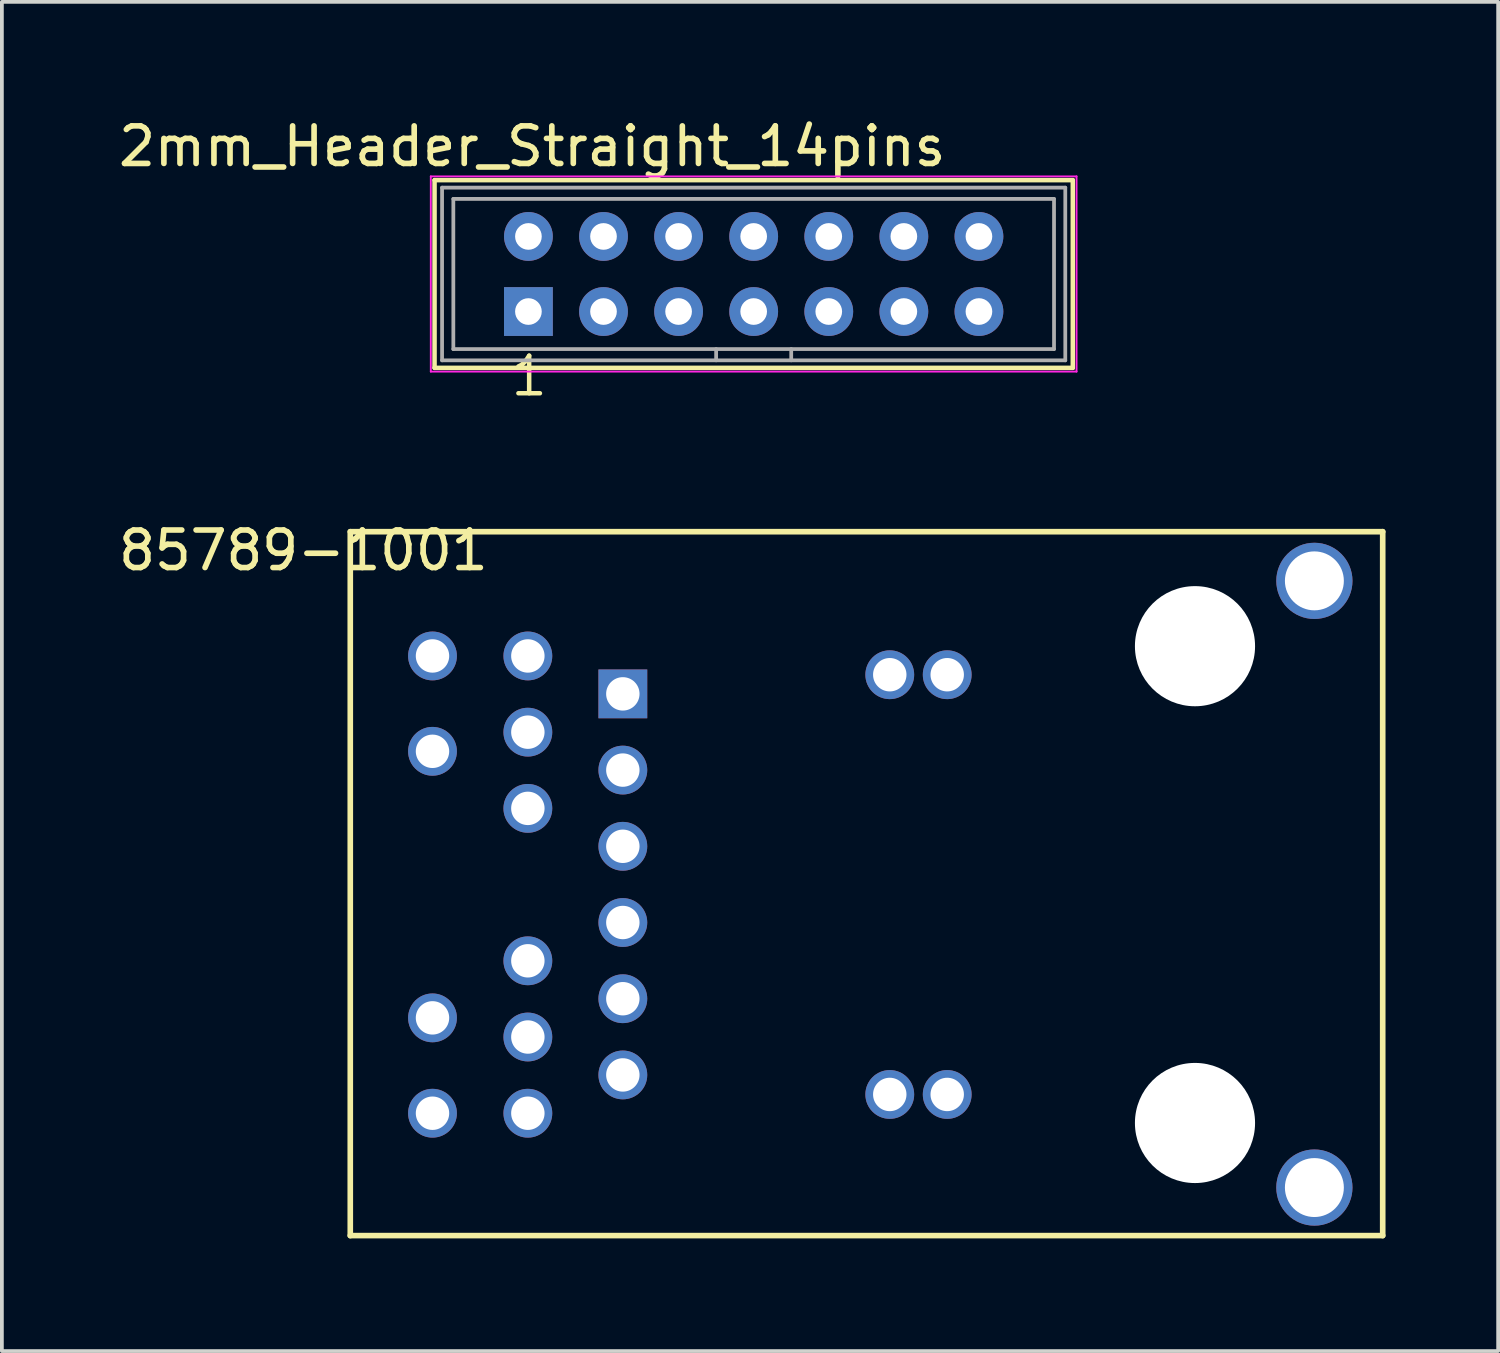
<source format=kicad_pcb>
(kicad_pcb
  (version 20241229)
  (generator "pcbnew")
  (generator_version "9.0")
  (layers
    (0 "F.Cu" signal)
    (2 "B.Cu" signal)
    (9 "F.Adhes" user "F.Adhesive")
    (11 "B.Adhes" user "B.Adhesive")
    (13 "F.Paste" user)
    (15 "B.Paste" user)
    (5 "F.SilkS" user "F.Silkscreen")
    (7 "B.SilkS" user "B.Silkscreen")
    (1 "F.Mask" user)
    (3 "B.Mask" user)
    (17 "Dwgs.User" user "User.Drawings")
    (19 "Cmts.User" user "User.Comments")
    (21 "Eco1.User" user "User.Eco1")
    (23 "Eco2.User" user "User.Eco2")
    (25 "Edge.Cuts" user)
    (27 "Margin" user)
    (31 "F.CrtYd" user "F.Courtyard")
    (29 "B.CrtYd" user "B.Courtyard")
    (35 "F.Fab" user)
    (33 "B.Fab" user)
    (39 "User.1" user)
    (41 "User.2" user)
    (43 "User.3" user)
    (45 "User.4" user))
  (footprint "2mm_Header_Straight_14pins"
    (layer "F.Cu")
    (at 11.025 5.248)
    (property "Reference" "2mm_Header_Straight_14pins" (at 0.1 -4.4 0) (layer "F.SilkS") (effects (font (size 1 1) (thickness 0.15))))
    (attr through_hole)
    (fp_line (start -2.5 -3.5) (end -2.5 1.5) (stroke (width 0.12) (type solid)) (layer "F.SilkS"))
    (fp_line (start -2.5 -3.5) (end 14.5 -3.5) (stroke (width 0.12) (type solid)) (layer "F.SilkS"))
    (fp_line (start -2.5 1.5) (end 14.5 1.5) (stroke (width 0.12) (type solid)) (layer "F.SilkS"))
    (fp_line (start 14.5 -3.5) (end 14.5 1.5) (stroke (width 0.12) (type solid)) (layer "F.SilkS"))
    (fp_line (start -2.6 -3.6) (end 14.6 -3.6) (stroke (width 0.05) (type solid)) (layer "F.CrtYd"))
    (fp_line (start -2.6 1.6) (end -2.6 -3.6) (stroke (width 0.05) (type solid)) (layer "F.CrtYd"))
    (fp_line (start 14.6 -3.6) (end 14.6 1.6) (stroke (width 0.05) (type solid)) (layer "F.CrtYd"))
    (fp_line (start 14.6 1.6) (end -2.6 1.6) (stroke (width 0.05) (type solid)) (layer "F.CrtYd"))
    (fp_line (start -2.3 -3.3) (end -2.3 1.3) (stroke (width 0.1) (type solid)) (layer "F.Fab"))
    (fp_line (start -2.3 -3.3) (end 14.3 -3.3) (stroke (width 0.1) (type solid)) (layer "F.Fab"))
    (fp_line (start -2.3 1.3) (end 14.3 1.3) (stroke (width 0.1) (type solid)) (layer "F.Fab"))
    (fp_line (start -2 -3) (end -2 1) (stroke (width 0.1) (type solid)) (layer "F.Fab"))
    (fp_line (start -2 -3) (end 14 -3) (stroke (width 0.1) (type solid)) (layer "F.Fab"))
    (fp_line (start -2 1) (end 14 1) (stroke (width 0.1) (type solid)) (layer "F.Fab"))
    (fp_line (start 5 1) (end 5 1.3) (stroke (width 0.1) (type solid)) (layer "F.Fab"))
    (fp_line (start 7 1) (end 7 1.3) (stroke (width 0.1) (type solid)) (layer "F.Fab"))
    (fp_line (start 14 -3) (end 14 1) (stroke (width 0.1) (type solid)) (layer "F.Fab"))
    (fp_line (start 14.3 -3.3) (end 14.3 1.3) (stroke (width 0.1) (type solid)) (layer "F.Fab"))
    (fp_text user "1" (at 0.02 1.72 0) (layer "F.SilkS") (effects (font (size 1 1) (thickness 0.12))))
    (pad "1" thru_hole rect (at 0 0) (size 1.3 1.3) (drill 0.71) (layers "*.Cu" "*.Mask"))
    (pad "2" thru_hole circle (at 0 -2) (size 1.3 1.3) (drill 0.71) (layers "*.Cu" "*.Mask"))
    (pad "3" thru_hole circle (at 2 0) (size 1.3 1.3) (drill 0.71) (layers "*.Cu" "*.Mask"))
    (pad "4" thru_hole circle (at 2 -2) (size 1.3 1.3) (drill 0.71) (layers "*.Cu" "*.Mask"))
    (pad "5" thru_hole circle (at 4 0) (size 1.3 1.3) (drill 0.71) (layers "*.Cu" "*.Mask"))
    (pad "6" thru_hole circle (at 4 -2) (size 1.3 1.3) (drill 0.71) (layers "*.Cu" "*.Mask"))
    (pad "7" thru_hole circle (at 6 0) (size 1.3 1.3) (drill 0.71) (layers "*.Cu" "*.Mask"))
    (pad "8" thru_hole circle (at 6 -2) (size 1.3 1.3) (drill 0.71) (layers "*.Cu" "*.Mask"))
    (pad "9" thru_hole circle (at 8 0) (size 1.3 1.3) (drill 0.71) (layers "*.Cu" "*.Mask"))
    (pad "10" thru_hole circle (at 8 -2) (size 1.3 1.3) (drill 0.71) (layers "*.Cu" "*.Mask"))
    (pad "11" thru_hole circle (at 10 0) (size 1.3 1.3) (drill 0.71) (layers "*.Cu" "*.Mask"))
    (pad "12" thru_hole circle (at 10 -2) (size 1.3 1.3) (drill 0.71) (layers "*.Cu" "*.Mask"))
    (pad "13" thru_hole circle (at 12 0) (size 1.3 1.3) (drill 0.71) (layers "*.Cu" "*.Mask"))
    (pad "14" thru_hole circle (at 12 -2) (size 1.3 1.3) (drill 0.71) (layers "*.Cu" "*.Mask")))
  (footprint "85789-1001"
    (layer "F.Cu")
    (at 28.78 26.862)
    (property "Reference" "85789-1001" (at -23.75 -15.25 0) (layer "F.SilkS") (effects (font (size 1 1) (thickness 0.15))))
    (attr through_hole)
    (fp_line (start -22.5 -15.75) (end -22.5 3) (stroke (width 0.15) (type solid)) (layer "F.SilkS"))
    (fp_line (start -22.5 3) (end 5 3) (stroke (width 0.15) (type solid)) (layer "F.SilkS"))
    (fp_line (start 5 -15.75) (end -22.5 -15.75) (stroke (width 0.15) (type solid)) (layer "F.SilkS"))
    (fp_line (start 5 3) (end 5 -15.75) (stroke (width 0.15) (type solid)) (layer "F.SilkS"))
    (pad "" np_thru_hole circle (at 0 -12.7 90) (size 3.2 3.2) (drill 3.2) (layers "*.Cu" "*.Mask"))
    (pad "" np_thru_hole circle (at 0 0 90) (size 3.2 3.2) (drill 3.2) (layers "*.Cu" "*.Mask"))
    (pad "1" thru_hole rect (at -15.24 -11.43 90) (size 1.3 1.3) (drill 0.89) (layers "*.Cu" "*.Mask"))
    (pad "2" thru_hole circle (at -15.24 -9.4 90) (size 1.3 1.3) (drill 0.89) (layers "*.Cu" "*.Mask"))
    (pad "3" thru_hole circle (at -15.24 -7.37 90) (size 1.3 1.3) (drill 0.89) (layers "*.Cu" "*.Mask"))
    (pad "4" thru_hole circle (at -15.24 -5.34 90) (size 1.3 1.3) (drill 0.89) (layers "*.Cu" "*.Mask"))
    (pad "5" thru_hole circle (at -15.24 -3.31 90) (size 1.3 1.3) (drill 0.89) (layers "*.Cu" "*.Mask"))
    (pad "6" thru_hole circle (at -15.24 -1.28 90) (size 1.3 1.3) (drill 0.89) (layers "*.Cu" "*.Mask"))
    (pad "7" thru_hole circle (at -17.77 -12.44 90) (size 1.3 1.3) (drill 0.89) (layers "*.Cu" "*.Mask"))
    (pad "8" thru_hole circle (at -17.77 -10.41 90) (size 1.3 1.3) (drill 0.89) (layers "*.Cu" "*.Mask"))
    (pad "9" thru_hole circle (at -17.77 -8.38 90) (size 1.3 1.3) (drill 0.89) (layers "*.Cu" "*.Mask"))
    (pad "10" thru_hole circle (at -17.77 -4.32 90) (size 1.3 1.3) (drill 0.89) (layers "*.Cu" "*.Mask"))
    (pad "11" thru_hole circle (at -17.77 -2.29 90) (size 1.3 1.3) (drill 0.89) (layers "*.Cu" "*.Mask"))
    (pad "12" thru_hole circle (at -17.77 -0.26 90) (size 1.3 1.3) (drill 0.89) (layers "*.Cu" "*.Mask"))
    (pad "13" thru_hole circle (at -20.31 -12.44 90) (size 1.3 1.3) (drill 0.89) (layers "*.Cu" "*.Mask"))
    (pad "14" thru_hole circle (at -20.31 -9.9 90) (size 1.3 1.3) (drill 0.89) (layers "*.Cu" "*.Mask"))
    (pad "15" thru_hole circle (at -20.31 -2.8 90) (size 1.3 1.3) (drill 0.89) (layers "*.Cu" "*.Mask"))
    (pad "16" thru_hole circle (at -20.31 -0.26 90) (size 1.3 1.3) (drill 0.89) (layers "*.Cu" "*.Mask"))
    (pad "17" thru_hole circle (at 3.18 1.72 90) (size 2.03 2.03) (drill 1.57) (layers "*.Cu" "*.Mask"))
    (pad "18" thru_hole circle (at 3.18 -14.44 180) (size 2.03 2.03) (drill 1.57) (layers "*.Cu" "*.Mask"))
    (pad "P1" thru_hole circle (at -8.13 -11.94 90) (size 1.3 1.3) (drill 0.89) (layers "*.Cu" "*.Mask"))
    (pad "P2" thru_hole circle (at -8.13 -0.76 90) (size 1.3 1.3) (drill 0.89) (layers "*.Cu" "*.Mask"))
    (pad "P3" thru_hole circle (at -6.6 -11.94 90) (size 1.3 1.3) (drill 0.89) (layers "*.Cu" "*.Mask"))
    (pad "P4" thru_hole circle (at -6.6 -0.76 90) (size 1.3 1.3) (drill 0.89) (layers "*.Cu" "*.Mask")))
  (gr_rect
    (start -3 -3)
    (end 36.855 32.937)
    (stroke (width 0.1) (type default))
    (fill no)
    (layer "Edge.Cuts")))
</source>
